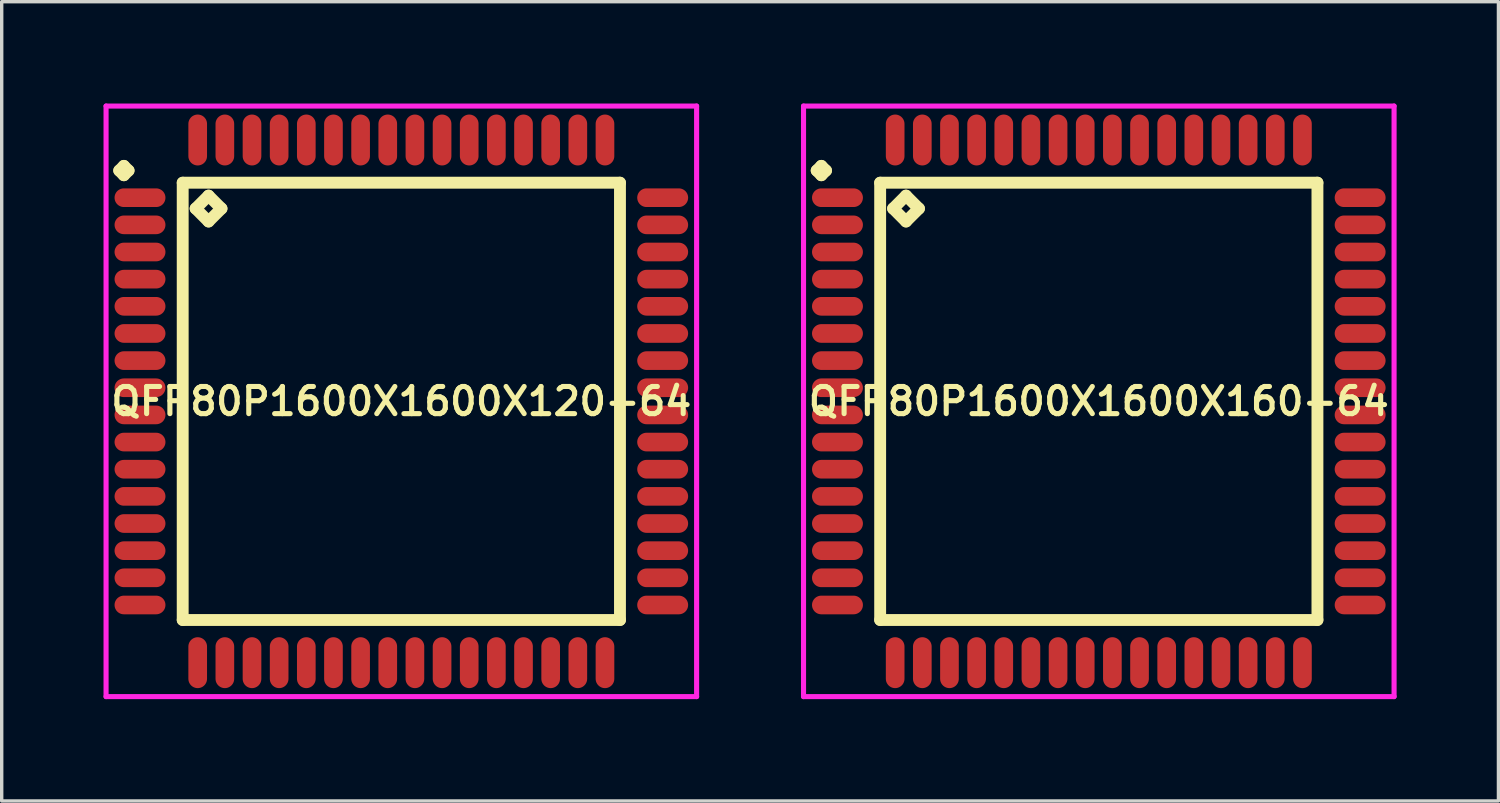
<source format=kicad_pcb>
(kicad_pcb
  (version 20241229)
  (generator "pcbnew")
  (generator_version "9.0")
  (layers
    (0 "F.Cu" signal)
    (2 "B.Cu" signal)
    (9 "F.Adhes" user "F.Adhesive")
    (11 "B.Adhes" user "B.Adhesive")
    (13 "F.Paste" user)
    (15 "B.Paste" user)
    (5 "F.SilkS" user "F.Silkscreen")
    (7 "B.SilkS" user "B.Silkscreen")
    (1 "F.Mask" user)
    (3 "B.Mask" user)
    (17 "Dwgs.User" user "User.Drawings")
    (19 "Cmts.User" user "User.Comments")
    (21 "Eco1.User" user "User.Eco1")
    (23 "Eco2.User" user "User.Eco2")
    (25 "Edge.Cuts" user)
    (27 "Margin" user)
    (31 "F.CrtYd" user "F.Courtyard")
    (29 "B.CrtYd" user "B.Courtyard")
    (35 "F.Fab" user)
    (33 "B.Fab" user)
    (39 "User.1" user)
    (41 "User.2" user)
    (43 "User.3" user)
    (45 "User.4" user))
  (footprint "QFP80P1600X1600X120-64"
    (layer "F.Cu")
    (at 8.775 8.775)
    (property "Reference" "QFP80P1600X1600X120-64" (at 0 0 0) (layer "F.SilkS") (effects (font (size 0.8 0.8) (thickness 0.15))))
    (attr smd)
    (fp_line (start -8.312 -6.8) (end -8.175 -6.938) (stroke (width 0.35) (type solid)) (layer "F.SilkS"))
    (fp_line (start -8.175 -6.938) (end -8.037 -6.8) (stroke (width 0.35) (type solid)) (layer "F.SilkS"))
    (fp_line (start -8.175 -6.662) (end -8.312 -6.8) (stroke (width 0.35) (type solid)) (layer "F.SilkS"))
    (fp_line (start -8.037 -6.8) (end -8.175 -6.662) (stroke (width 0.35) (type solid)) (layer "F.SilkS"))
    (fp_line (start -6.442 -6.442) (end -6.442 6.442) (stroke (width 0.35) (type solid)) (layer "F.SilkS"))
    (fp_line (start -6.442 6.442) (end 6.442 6.442) (stroke (width 0.35) (type solid)) (layer "F.SilkS"))
    (fp_line (start -6.061 -5.68) (end -5.68 -6.061) (stroke (width 0.35) (type solid)) (layer "F.SilkS"))
    (fp_line (start -5.68 -6.061) (end -5.299 -5.68) (stroke (width 0.35) (type solid)) (layer "F.SilkS"))
    (fp_line (start -5.68 -5.299) (end -6.061 -5.68) (stroke (width 0.35) (type solid)) (layer "F.SilkS"))
    (fp_line (start -5.299 -5.68) (end -5.68 -5.299) (stroke (width 0.35) (type solid)) (layer "F.SilkS"))
    (fp_line (start 6.442 -6.442) (end -6.442 -6.442) (stroke (width 0.35) (type solid)) (layer "F.SilkS"))
    (fp_line (start 6.442 6.442) (end 6.442 -6.442) (stroke (width 0.35) (type solid)) (layer "F.SilkS"))
    (fp_line (start -8.7 -8.7) (end 8.7 -8.7) (stroke (width 0.15) (type solid)) (layer "F.CrtYd"))
    (fp_line (start -8.7 8.7) (end -8.7 -8.7) (stroke (width 0.15) (type solid)) (layer "F.CrtYd"))
    (fp_line (start 8.7 -8.7) (end 8.7 8.7) (stroke (width 0.15) (type solid)) (layer "F.CrtYd"))
    (fp_line (start 8.7 8.7) (end -8.7 8.7) (stroke (width 0.15) (type solid)) (layer "F.CrtYd"))
    (pad "1" smd oval (at -7.7 -6) (size 1.5 0.55) (layers "F.Cu" "F.Mask" "F.Paste"))
    (pad "2" smd oval (at -7.7 -5.2) (size 1.5 0.55) (layers "F.Cu" "F.Mask" "F.Paste"))
    (pad "3" smd oval (at -7.7 -4.4) (size 1.5 0.55) (layers "F.Cu" "F.Mask" "F.Paste"))
    (pad "4" smd oval (at -7.7 -3.6) (size 1.5 0.55) (layers "F.Cu" "F.Mask" "F.Paste"))
    (pad "5" smd oval (at -7.7 -2.8) (size 1.5 0.55) (layers "F.Cu" "F.Mask" "F.Paste"))
    (pad "6" smd oval (at -7.7 -2) (size 1.5 0.55) (layers "F.Cu" "F.Mask" "F.Paste"))
    (pad "7" smd oval (at -7.7 -1.2) (size 1.5 0.55) (layers "F.Cu" "F.Mask" "F.Paste"))
    (pad "8" smd oval (at -7.7 -0.4) (size 1.5 0.55) (layers "F.Cu" "F.Mask" "F.Paste"))
    (pad "9" smd oval (at -7.7 0.4) (size 1.5 0.55) (layers "F.Cu" "F.Mask" "F.Paste"))
    (pad "10" smd oval (at -7.7 1.2) (size 1.5 0.55) (layers "F.Cu" "F.Mask" "F.Paste"))
    (pad "11" smd oval (at -7.7 2) (size 1.5 0.55) (layers "F.Cu" "F.Mask" "F.Paste"))
    (pad "12" smd oval (at -7.7 2.8) (size 1.5 0.55) (layers "F.Cu" "F.Mask" "F.Paste"))
    (pad "13" smd oval (at -7.7 3.6) (size 1.5 0.55) (layers "F.Cu" "F.Mask" "F.Paste"))
    (pad "14" smd oval (at -7.7 4.4) (size 1.5 0.55) (layers "F.Cu" "F.Mask" "F.Paste"))
    (pad "15" smd oval (at -7.7 5.2) (size 1.5 0.55) (layers "F.Cu" "F.Mask" "F.Paste"))
    (pad "16" smd oval (at -7.7 6) (size 1.5 0.55) (layers "F.Cu" "F.Mask" "F.Paste"))
    (pad "17" smd oval (at -6 7.7) (size 0.55 1.5) (layers "F.Cu" "F.Mask" "F.Paste"))
    (pad "18" smd oval (at -5.2 7.7) (size 0.55 1.5) (layers "F.Cu" "F.Mask" "F.Paste"))
    (pad "19" smd oval (at -4.4 7.7) (size 0.55 1.5) (layers "F.Cu" "F.Mask" "F.Paste"))
    (pad "20" smd oval (at -3.6 7.7) (size 0.55 1.5) (layers "F.Cu" "F.Mask" "F.Paste"))
    (pad "21" smd oval (at -2.8 7.7) (size 0.55 1.5) (layers "F.Cu" "F.Mask" "F.Paste"))
    (pad "22" smd oval (at -2 7.7) (size 0.55 1.5) (layers "F.Cu" "F.Mask" "F.Paste"))
    (pad "23" smd oval (at -1.2 7.7) (size 0.55 1.5) (layers "F.Cu" "F.Mask" "F.Paste"))
    (pad "24" smd oval (at -0.4 7.7) (size 0.55 1.5) (layers "F.Cu" "F.Mask" "F.Paste"))
    (pad "25" smd oval (at 0.4 7.7) (size 0.55 1.5) (layers "F.Cu" "F.Mask" "F.Paste"))
    (pad "26" smd oval (at 1.2 7.7) (size 0.55 1.5) (layers "F.Cu" "F.Mask" "F.Paste"))
    (pad "27" smd oval (at 2 7.7) (size 0.55 1.5) (layers "F.Cu" "F.Mask" "F.Paste"))
    (pad "28" smd oval (at 2.8 7.7) (size 0.55 1.5) (layers "F.Cu" "F.Mask" "F.Paste"))
    (pad "29" smd oval (at 3.6 7.7) (size 0.55 1.5) (layers "F.Cu" "F.Mask" "F.Paste"))
    (pad "30" smd oval (at 4.4 7.7) (size 0.55 1.5) (layers "F.Cu" "F.Mask" "F.Paste"))
    (pad "31" smd oval (at 5.2 7.7) (size 0.55 1.5) (layers "F.Cu" "F.Mask" "F.Paste"))
    (pad "32" smd oval (at 6 7.7) (size 0.55 1.5) (layers "F.Cu" "F.Mask" "F.Paste"))
    (pad "33" smd oval (at 7.7 6) (size 1.5 0.55) (layers "F.Cu" "F.Mask" "F.Paste"))
    (pad "34" smd oval (at 7.7 5.2) (size 1.5 0.55) (layers "F.Cu" "F.Mask" "F.Paste"))
    (pad "35" smd oval (at 7.7 4.4) (size 1.5 0.55) (layers "F.Cu" "F.Mask" "F.Paste"))
    (pad "36" smd oval (at 7.7 3.6) (size 1.5 0.55) (layers "F.Cu" "F.Mask" "F.Paste"))
    (pad "37" smd oval (at 7.7 2.8) (size 1.5 0.55) (layers "F.Cu" "F.Mask" "F.Paste"))
    (pad "38" smd oval (at 7.7 2) (size 1.5 0.55) (layers "F.Cu" "F.Mask" "F.Paste"))
    (pad "39" smd oval (at 7.7 1.2) (size 1.5 0.55) (layers "F.Cu" "F.Mask" "F.Paste"))
    (pad "40" smd oval (at 7.7 0.4) (size 1.5 0.55) (layers "F.Cu" "F.Mask" "F.Paste"))
    (pad "41" smd oval (at 7.7 -0.4) (size 1.5 0.55) (layers "F.Cu" "F.Mask" "F.Paste"))
    (pad "42" smd oval (at 7.7 -1.2) (size 1.5 0.55) (layers "F.Cu" "F.Mask" "F.Paste"))
    (pad "43" smd oval (at 7.7 -2) (size 1.5 0.55) (layers "F.Cu" "F.Mask" "F.Paste"))
    (pad "44" smd oval (at 7.7 -2.8) (size 1.5 0.55) (layers "F.Cu" "F.Mask" "F.Paste"))
    (pad "45" smd oval (at 7.7 -3.6) (size 1.5 0.55) (layers "F.Cu" "F.Mask" "F.Paste"))
    (pad "46" smd oval (at 7.7 -4.4) (size 1.5 0.55) (layers "F.Cu" "F.Mask" "F.Paste"))
    (pad "47" smd oval (at 7.7 -5.2) (size 1.5 0.55) (layers "F.Cu" "F.Mask" "F.Paste"))
    (pad "48" smd oval (at 7.7 -6) (size 1.5 0.55) (layers "F.Cu" "F.Mask" "F.Paste"))
    (pad "49" smd oval (at 6 -7.7) (size 0.55 1.5) (layers "F.Cu" "F.Mask" "F.Paste"))
    (pad "50" smd oval (at 5.2 -7.7) (size 0.55 1.5) (layers "F.Cu" "F.Mask" "F.Paste"))
    (pad "51" smd oval (at 4.4 -7.7) (size 0.55 1.5) (layers "F.Cu" "F.Mask" "F.Paste"))
    (pad "52" smd oval (at 3.6 -7.7) (size 0.55 1.5) (layers "F.Cu" "F.Mask" "F.Paste"))
    (pad "53" smd oval (at 2.8 -7.7) (size 0.55 1.5) (layers "F.Cu" "F.Mask" "F.Paste"))
    (pad "54" smd oval (at 2 -7.7) (size 0.55 1.5) (layers "F.Cu" "F.Mask" "F.Paste"))
    (pad "55" smd oval (at 1.2 -7.7) (size 0.55 1.5) (layers "F.Cu" "F.Mask" "F.Paste"))
    (pad "56" smd oval (at 0.4 -7.7) (size 0.55 1.5) (layers "F.Cu" "F.Mask" "F.Paste"))
    (pad "57" smd oval (at -0.4 -7.7) (size 0.55 1.5) (layers "F.Cu" "F.Mask" "F.Paste"))
    (pad "58" smd oval (at -1.2 -7.7) (size 0.55 1.5) (layers "F.Cu" "F.Mask" "F.Paste"))
    (pad "59" smd oval (at -2 -7.7) (size 0.55 1.5) (layers "F.Cu" "F.Mask" "F.Paste"))
    (pad "60" smd oval (at -2.8 -7.7) (size 0.55 1.5) (layers "F.Cu" "F.Mask" "F.Paste"))
    (pad "61" smd oval (at -3.6 -7.7) (size 0.55 1.5) (layers "F.Cu" "F.Mask" "F.Paste"))
    (pad "62" smd oval (at -4.4 -7.7) (size 0.55 1.5) (layers "F.Cu" "F.Mask" "F.Paste"))
    (pad "63" smd oval (at -5.2 -7.7) (size 0.55 1.5) (layers "F.Cu" "F.Mask" "F.Paste"))
    (pad "64" smd oval (at -6 -7.7) (size 0.55 1.5) (layers "F.Cu" "F.Mask" "F.Paste")))
  (footprint "QFP80P1600X1600X160-64"
    (layer "F.Cu")
    (at 29.325 8.775)
    (property "Reference" "QFP80P1600X1600X160-64" (at 0 0 0) (layer "F.SilkS") (effects (font (size 0.8 0.8) (thickness 0.15))))
    (attr smd)
    (fp_line (start -8.312 -6.8) (end -8.175 -6.938) (stroke (width 0.35) (type solid)) (layer "F.SilkS"))
    (fp_line (start -8.175 -6.938) (end -8.037 -6.8) (stroke (width 0.35) (type solid)) (layer "F.SilkS"))
    (fp_line (start -8.175 -6.662) (end -8.312 -6.8) (stroke (width 0.35) (type solid)) (layer "F.SilkS"))
    (fp_line (start -8.037 -6.8) (end -8.175 -6.662) (stroke (width 0.35) (type solid)) (layer "F.SilkS"))
    (fp_line (start -6.442 -6.442) (end -6.442 6.442) (stroke (width 0.35) (type solid)) (layer "F.SilkS"))
    (fp_line (start -6.442 6.442) (end 6.442 6.442) (stroke (width 0.35) (type solid)) (layer "F.SilkS"))
    (fp_line (start -6.061 -5.68) (end -5.68 -6.061) (stroke (width 0.35) (type solid)) (layer "F.SilkS"))
    (fp_line (start -5.68 -6.061) (end -5.299 -5.68) (stroke (width 0.35) (type solid)) (layer "F.SilkS"))
    (fp_line (start -5.68 -5.299) (end -6.061 -5.68) (stroke (width 0.35) (type solid)) (layer "F.SilkS"))
    (fp_line (start -5.299 -5.68) (end -5.68 -5.299) (stroke (width 0.35) (type solid)) (layer "F.SilkS"))
    (fp_line (start 6.442 -6.442) (end -6.442 -6.442) (stroke (width 0.35) (type solid)) (layer "F.SilkS"))
    (fp_line (start 6.442 6.442) (end 6.442 -6.442) (stroke (width 0.35) (type solid)) (layer "F.SilkS"))
    (fp_line (start -8.7 -8.7) (end 8.7 -8.7) (stroke (width 0.15) (type solid)) (layer "F.CrtYd"))
    (fp_line (start -8.7 8.7) (end -8.7 -8.7) (stroke (width 0.15) (type solid)) (layer "F.CrtYd"))
    (fp_line (start 8.7 -8.7) (end 8.7 8.7) (stroke (width 0.15) (type solid)) (layer "F.CrtYd"))
    (fp_line (start 8.7 8.7) (end -8.7 8.7) (stroke (width 0.15) (type solid)) (layer "F.CrtYd"))
    (pad "1" smd oval (at -7.7 -6) (size 1.5 0.55) (layers "F.Cu" "F.Mask" "F.Paste"))
    (pad "2" smd oval (at -7.7 -5.2) (size 1.5 0.55) (layers "F.Cu" "F.Mask" "F.Paste"))
    (pad "3" smd oval (at -7.7 -4.4) (size 1.5 0.55) (layers "F.Cu" "F.Mask" "F.Paste"))
    (pad "4" smd oval (at -7.7 -3.6) (size 1.5 0.55) (layers "F.Cu" "F.Mask" "F.Paste"))
    (pad "5" smd oval (at -7.7 -2.8) (size 1.5 0.55) (layers "F.Cu" "F.Mask" "F.Paste"))
    (pad "6" smd oval (at -7.7 -2) (size 1.5 0.55) (layers "F.Cu" "F.Mask" "F.Paste"))
    (pad "7" smd oval (at -7.7 -1.2) (size 1.5 0.55) (layers "F.Cu" "F.Mask" "F.Paste"))
    (pad "8" smd oval (at -7.7 -0.4) (size 1.5 0.55) (layers "F.Cu" "F.Mask" "F.Paste"))
    (pad "9" smd oval (at -7.7 0.4) (size 1.5 0.55) (layers "F.Cu" "F.Mask" "F.Paste"))
    (pad "10" smd oval (at -7.7 1.2) (size 1.5 0.55) (layers "F.Cu" "F.Mask" "F.Paste"))
    (pad "11" smd oval (at -7.7 2) (size 1.5 0.55) (layers "F.Cu" "F.Mask" "F.Paste"))
    (pad "12" smd oval (at -7.7 2.8) (size 1.5 0.55) (layers "F.Cu" "F.Mask" "F.Paste"))
    (pad "13" smd oval (at -7.7 3.6) (size 1.5 0.55) (layers "F.Cu" "F.Mask" "F.Paste"))
    (pad "14" smd oval (at -7.7 4.4) (size 1.5 0.55) (layers "F.Cu" "F.Mask" "F.Paste"))
    (pad "15" smd oval (at -7.7 5.2) (size 1.5 0.55) (layers "F.Cu" "F.Mask" "F.Paste"))
    (pad "16" smd oval (at -7.7 6) (size 1.5 0.55) (layers "F.Cu" "F.Mask" "F.Paste"))
    (pad "17" smd oval (at -6 7.7) (size 0.55 1.5) (layers "F.Cu" "F.Mask" "F.Paste"))
    (pad "18" smd oval (at -5.2 7.7) (size 0.55 1.5) (layers "F.Cu" "F.Mask" "F.Paste"))
    (pad "19" smd oval (at -4.4 7.7) (size 0.55 1.5) (layers "F.Cu" "F.Mask" "F.Paste"))
    (pad "20" smd oval (at -3.6 7.7) (size 0.55 1.5) (layers "F.Cu" "F.Mask" "F.Paste"))
    (pad "21" smd oval (at -2.8 7.7) (size 0.55 1.5) (layers "F.Cu" "F.Mask" "F.Paste"))
    (pad "22" smd oval (at -2 7.7) (size 0.55 1.5) (layers "F.Cu" "F.Mask" "F.Paste"))
    (pad "23" smd oval (at -1.2 7.7) (size 0.55 1.5) (layers "F.Cu" "F.Mask" "F.Paste"))
    (pad "24" smd oval (at -0.4 7.7) (size 0.55 1.5) (layers "F.Cu" "F.Mask" "F.Paste"))
    (pad "25" smd oval (at 0.4 7.7) (size 0.55 1.5) (layers "F.Cu" "F.Mask" "F.Paste"))
    (pad "26" smd oval (at 1.2 7.7) (size 0.55 1.5) (layers "F.Cu" "F.Mask" "F.Paste"))
    (pad "27" smd oval (at 2 7.7) (size 0.55 1.5) (layers "F.Cu" "F.Mask" "F.Paste"))
    (pad "28" smd oval (at 2.8 7.7) (size 0.55 1.5) (layers "F.Cu" "F.Mask" "F.Paste"))
    (pad "29" smd oval (at 3.6 7.7) (size 0.55 1.5) (layers "F.Cu" "F.Mask" "F.Paste"))
    (pad "30" smd oval (at 4.4 7.7) (size 0.55 1.5) (layers "F.Cu" "F.Mask" "F.Paste"))
    (pad "31" smd oval (at 5.2 7.7) (size 0.55 1.5) (layers "F.Cu" "F.Mask" "F.Paste"))
    (pad "32" smd oval (at 6 7.7) (size 0.55 1.5) (layers "F.Cu" "F.Mask" "F.Paste"))
    (pad "33" smd oval (at 7.7 6) (size 1.5 0.55) (layers "F.Cu" "F.Mask" "F.Paste"))
    (pad "34" smd oval (at 7.7 5.2) (size 1.5 0.55) (layers "F.Cu" "F.Mask" "F.Paste"))
    (pad "35" smd oval (at 7.7 4.4) (size 1.5 0.55) (layers "F.Cu" "F.Mask" "F.Paste"))
    (pad "36" smd oval (at 7.7 3.6) (size 1.5 0.55) (layers "F.Cu" "F.Mask" "F.Paste"))
    (pad "37" smd oval (at 7.7 2.8) (size 1.5 0.55) (layers "F.Cu" "F.Mask" "F.Paste"))
    (pad "38" smd oval (at 7.7 2) (size 1.5 0.55) (layers "F.Cu" "F.Mask" "F.Paste"))
    (pad "39" smd oval (at 7.7 1.2) (size 1.5 0.55) (layers "F.Cu" "F.Mask" "F.Paste"))
    (pad "40" smd oval (at 7.7 0.4) (size 1.5 0.55) (layers "F.Cu" "F.Mask" "F.Paste"))
    (pad "41" smd oval (at 7.7 -0.4) (size 1.5 0.55) (layers "F.Cu" "F.Mask" "F.Paste"))
    (pad "42" smd oval (at 7.7 -1.2) (size 1.5 0.55) (layers "F.Cu" "F.Mask" "F.Paste"))
    (pad "43" smd oval (at 7.7 -2) (size 1.5 0.55) (layers "F.Cu" "F.Mask" "F.Paste"))
    (pad "44" smd oval (at 7.7 -2.8) (size 1.5 0.55) (layers "F.Cu" "F.Mask" "F.Paste"))
    (pad "45" smd oval (at 7.7 -3.6) (size 1.5 0.55) (layers "F.Cu" "F.Mask" "F.Paste"))
    (pad "46" smd oval (at 7.7 -4.4) (size 1.5 0.55) (layers "F.Cu" "F.Mask" "F.Paste"))
    (pad "47" smd oval (at 7.7 -5.2) (size 1.5 0.55) (layers "F.Cu" "F.Mask" "F.Paste"))
    (pad "48" smd oval (at 7.7 -6) (size 1.5 0.55) (layers "F.Cu" "F.Mask" "F.Paste"))
    (pad "49" smd oval (at 6 -7.7) (size 0.55 1.5) (layers "F.Cu" "F.Mask" "F.Paste"))
    (pad "50" smd oval (at 5.2 -7.7) (size 0.55 1.5) (layers "F.Cu" "F.Mask" "F.Paste"))
    (pad "51" smd oval (at 4.4 -7.7) (size 0.55 1.5) (layers "F.Cu" "F.Mask" "F.Paste"))
    (pad "52" smd oval (at 3.6 -7.7) (size 0.55 1.5) (layers "F.Cu" "F.Mask" "F.Paste"))
    (pad "53" smd oval (at 2.8 -7.7) (size 0.55 1.5) (layers "F.Cu" "F.Mask" "F.Paste"))
    (pad "54" smd oval (at 2 -7.7) (size 0.55 1.5) (layers "F.Cu" "F.Mask" "F.Paste"))
    (pad "55" smd oval (at 1.2 -7.7) (size 0.55 1.5) (layers "F.Cu" "F.Mask" "F.Paste"))
    (pad "56" smd oval (at 0.4 -7.7) (size 0.55 1.5) (layers "F.Cu" "F.Mask" "F.Paste"))
    (pad "57" smd oval (at -0.4 -7.7) (size 0.55 1.5) (layers "F.Cu" "F.Mask" "F.Paste"))
    (pad "58" smd oval (at -1.2 -7.7) (size 0.55 1.5) (layers "F.Cu" "F.Mask" "F.Paste"))
    (pad "59" smd oval (at -2 -7.7) (size 0.55 1.5) (layers "F.Cu" "F.Mask" "F.Paste"))
    (pad "60" smd oval (at -2.8 -7.7) (size 0.55 1.5) (layers "F.Cu" "F.Mask" "F.Paste"))
    (pad "61" smd oval (at -3.6 -7.7) (size 0.55 1.5) (layers "F.Cu" "F.Mask" "F.Paste"))
    (pad "62" smd oval (at -4.4 -7.7) (size 0.55 1.5) (layers "F.Cu" "F.Mask" "F.Paste"))
    (pad "63" smd oval (at -5.2 -7.7) (size 0.55 1.5) (layers "F.Cu" "F.Mask" "F.Paste"))
    (pad "64" smd oval (at -6 -7.7) (size 0.55 1.5) (layers "F.Cu" "F.Mask" "F.Paste")))
  (gr_rect
    (start -3 -3)
    (end 41.1 20.55)
    (stroke (width 0.1) (type default))
    (fill no)
    (layer "Edge.Cuts")))
</source>
